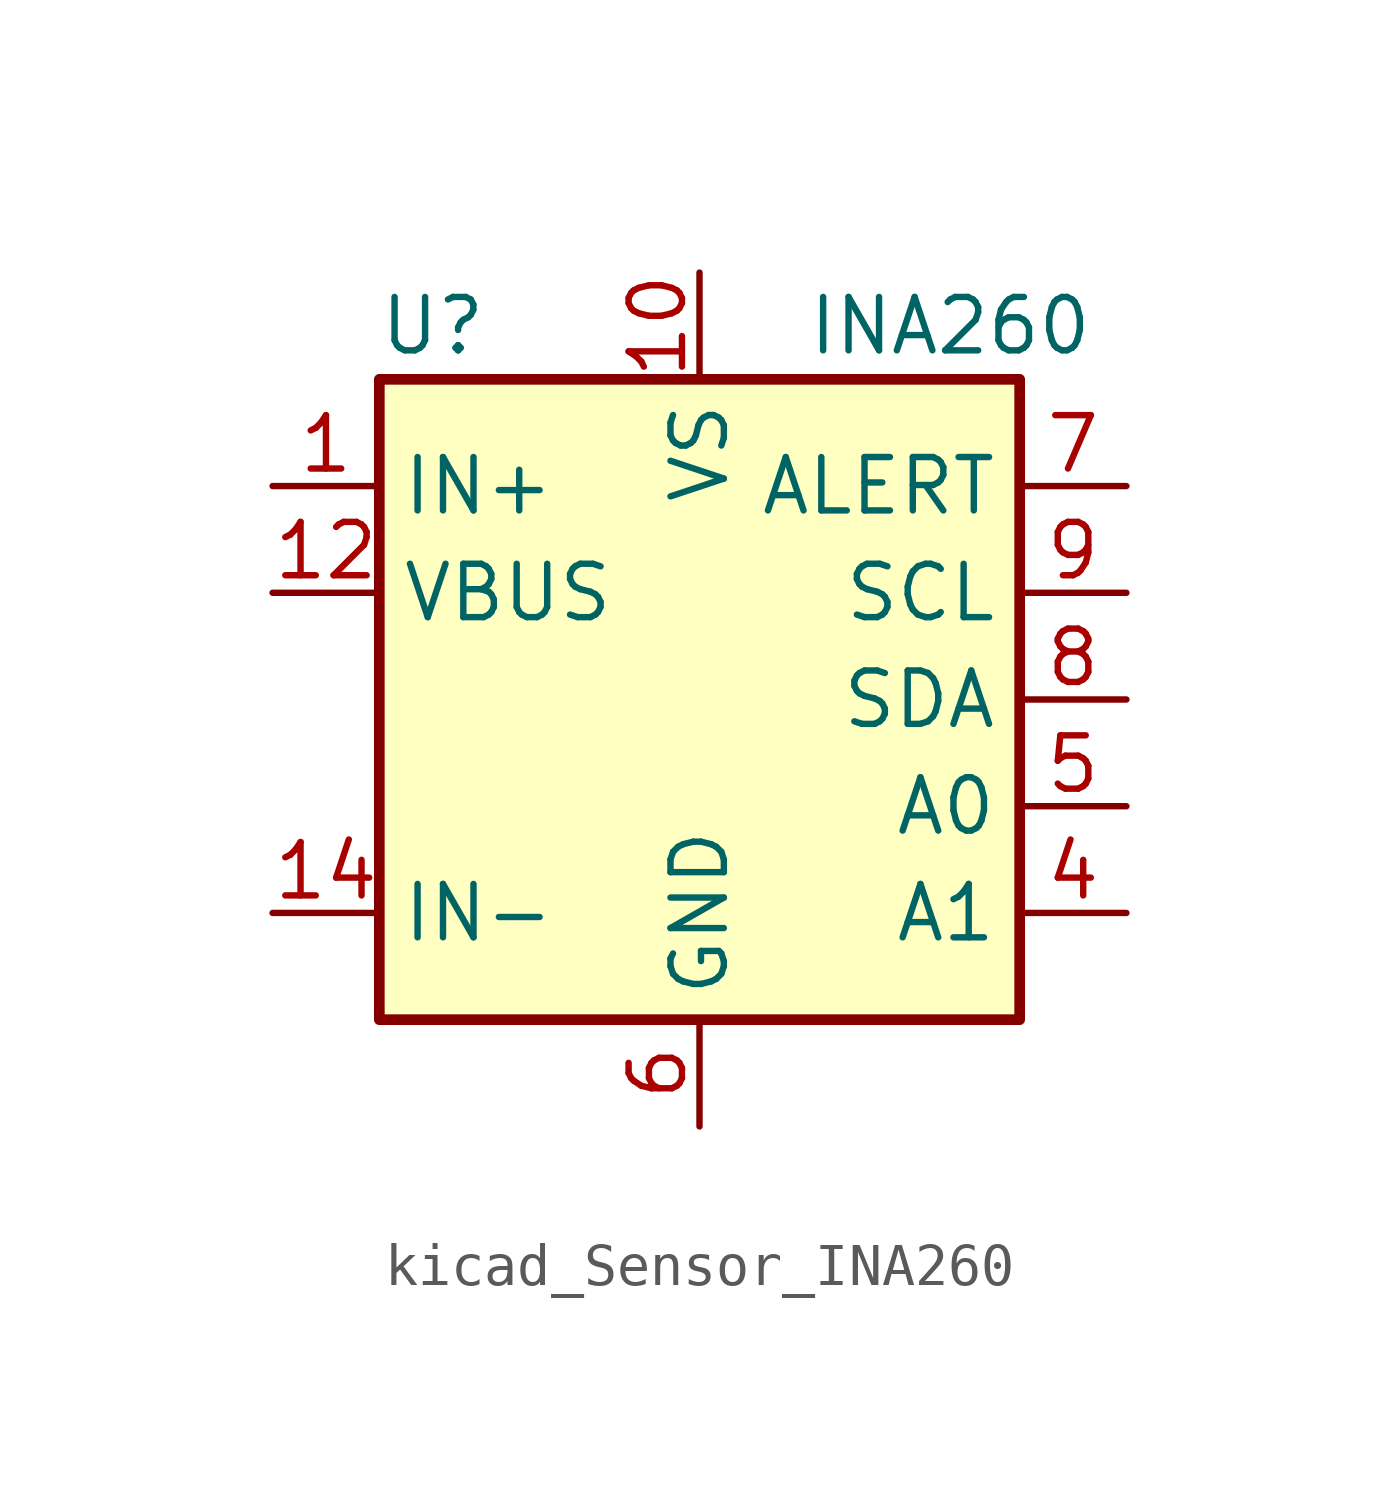
<source format=kicad_sym>
(kicad_symbol_lib
  (version 20220914)
  (generator kicad_symbol_editor)
  (symbol "kicad_Sensor_INA260"
    (property "Reference" "U"
      (at -6.35 8.89 0)
      (effects (font (size 1.27 1.27))))
    (property "Value" "INA260"
      (at 2.54 8.89 0)
      (effects (font (size 1.27 1.27)) (justify left)))
    (symbol "kicad_Sensor_INA260_0_1"
      (rectangle (start -7.62 7.62) (end 7.62 -7.62) (stroke (width 0.254) (type default)) (fill (type background))))
    (symbol "kicad_Sensor_INA260_1_1"
      (pin passive line (at -10.16 5.08 0) (length 2.54) (name "IN+" (effects (font (size 1.27 1.27)))) (number "1" (effects (font (size 1.27 1.27)))))
      (pin power_in line (at 0 10.16 270) (length 2.54) (name "VS" (effects (font (size 1.27 1.27)))) (number "10" (effects (font (size 1.27 1.27)))))
      (pin passive line (at 0 -10.16 90) (length 2.54) hide (name "GND" (effects (font (size 1.27 1.27)))) (number "11" (effects (font (size 1.27 1.27)))))
      (pin passive line (at -10.16 2.54 0) (length 2.54) (name "VBUS" (effects (font (size 1.27 1.27)))) (number "12" (effects (font (size 1.27 1.27)))))
      (pin no_connect line (at 2.54 -7.62 90) (length 2.54) hide (name "NC" (effects (font (size 1.27 1.27)))) (number "13" (effects (font (size 1.27 1.27)))))
      (pin passive line (at -10.16 -5.08 0) (length 2.54) (name "IN-" (effects (font (size 1.27 1.27)))) (number "14" (effects (font (size 1.27 1.27)))))
      (pin passive line (at -10.16 -5.08 0) (length 2.54) hide (name "IN-" (effects (font (size 1.27 1.27)))) (number "15" (effects (font (size 1.27 1.27)))))
      (pin passive line (at -10.16 -5.08 0) (length 2.54) hide (name "IN-" (effects (font (size 1.27 1.27)))) (number "16" (effects (font (size 1.27 1.27)))))
      (pin passive line (at -10.16 5.08 0) (length 2.54) hide (name "IN+" (effects (font (size 1.27 1.27)))) (number "2" (effects (font (size 1.27 1.27)))))
      (pin passive line (at -10.16 5.08 0) (length 2.54) hide (name "IN+" (effects (font (size 1.27 1.27)))) (number "3" (effects (font (size 1.27 1.27)))))
      (pin input line (at 10.16 -5.08 180) (length 2.54) (name "A1" (effects (font (size 1.27 1.27)))) (number "4" (effects (font (size 1.27 1.27)))))
      (pin input line (at 10.16 -2.54 180) (length 2.54) (name "A0" (effects (font (size 1.27 1.27)))) (number "5" (effects (font (size 1.27 1.27)))))
      (pin power_in line (at 0 -10.16 90) (length 2.54) (name "GND" (effects (font (size 1.27 1.27)))) (number "6" (effects (font (size 1.27 1.27)))))
      (pin open_collector line (at 10.16 5.08 180) (length 2.54) (name "ALERT" (effects (font (size 1.27 1.27)))) (number "7" (effects (font (size 1.27 1.27)))))
      (pin bidirectional line (at 10.16 0 180) (length 2.54) (name "SDA" (effects (font (size 1.27 1.27)))) (number "8" (effects (font (size 1.27 1.27)))))
      (pin input line (at 10.16 2.54 180) (length 2.54) (name "SCL" (effects (font (size 1.27 1.27)))) (number "9" (effects (font (size 1.27 1.27))))))))
</source>
